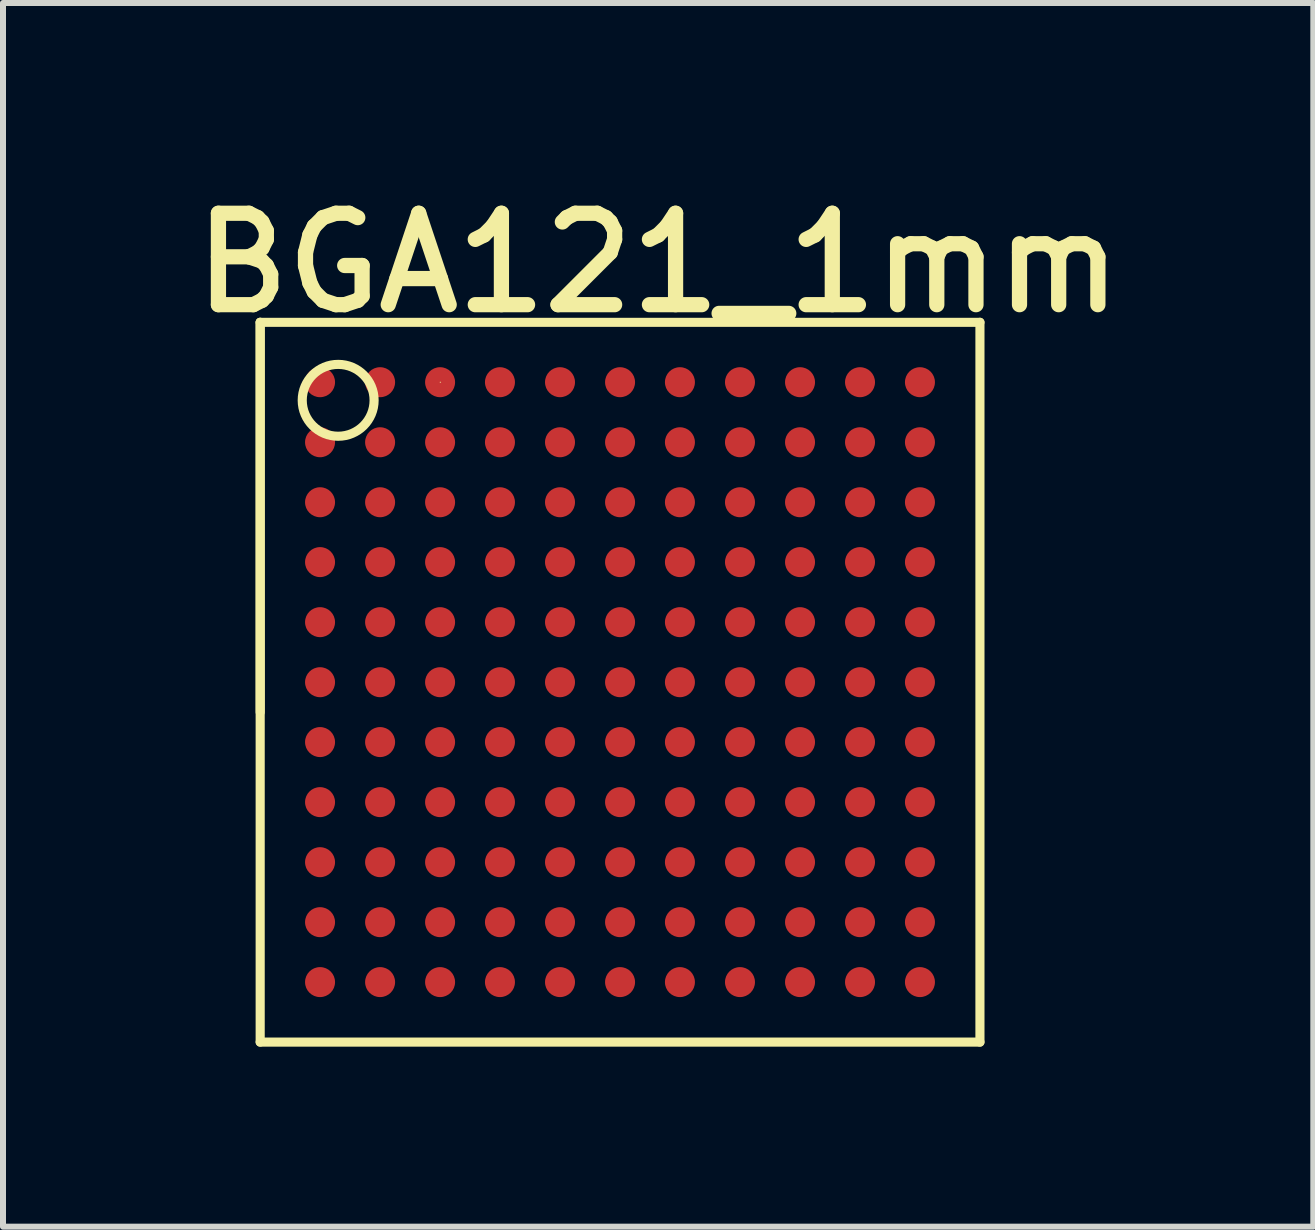
<source format=kicad_pcb>
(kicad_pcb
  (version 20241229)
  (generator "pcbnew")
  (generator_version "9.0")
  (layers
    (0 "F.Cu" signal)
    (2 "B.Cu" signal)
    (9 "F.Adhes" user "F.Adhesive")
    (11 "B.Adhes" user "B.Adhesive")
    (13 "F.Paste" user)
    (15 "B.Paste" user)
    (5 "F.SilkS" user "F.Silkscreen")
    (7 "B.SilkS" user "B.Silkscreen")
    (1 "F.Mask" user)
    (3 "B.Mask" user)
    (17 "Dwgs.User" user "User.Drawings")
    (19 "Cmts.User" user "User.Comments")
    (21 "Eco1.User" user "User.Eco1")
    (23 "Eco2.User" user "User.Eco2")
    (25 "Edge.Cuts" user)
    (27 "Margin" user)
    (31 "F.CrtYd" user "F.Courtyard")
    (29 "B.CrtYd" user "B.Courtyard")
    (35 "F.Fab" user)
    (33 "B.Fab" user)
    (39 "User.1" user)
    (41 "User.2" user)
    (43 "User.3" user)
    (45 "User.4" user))
  (footprint "BGA121_1mm"
    (layer "F.Cu")
    (at 7.286 8.322)
    (property "Reference" "BGA121_1mm" (at 0.635 -6.985 0) (layer "F.SilkS") (effects (font (size 1.524 1.524) (thickness 0.254))))
    (attr smd)
    (fp_line (start -5.999 -5.999) (end 5.999 -5.999) (stroke (width 0.152) (type solid)) (layer "F.SilkS"))
    (fp_line (start -5.999 0.5) (end -5.999 -5.999) (stroke (width 0.152) (type solid)) (layer "F.SilkS"))
    (fp_line (start -5.999 5.999) (end -5.999 -5.999) (stroke (width 0.152) (type solid)) (layer "F.SilkS"))
    (fp_line (start -3 -5.001) (end -2.99 -5.001) (stroke (width 0.013) (type solid)) (layer "F.SilkS"))
    (fp_line (start 5.999 -5.999) (end 5.999 5.999) (stroke (width 0.152) (type solid)) (layer "F.SilkS"))
    (fp_line (start 5.999 5.999) (end -5.999 5.999) (stroke (width 0.152) (type solid)) (layer "F.SilkS"))
    (fp_circle (center -4.699 -4.699) (end -4.699 -5.298) (stroke (width 0.152) (type solid)) (fill no) (layer "F.SilkS"))
    (pad "A1" smd circle (at -5.001 -5.001) (size 0.5 0.5) (layers "F.Cu" "F.Mask" "F.Paste"))
    (pad "A2" smd circle (at -4 -5.001) (size 0.5 0.5) (layers "F.Cu" "F.Mask" "F.Paste"))
    (pad "A3" smd circle (at -3 -5.001) (size 0.5 0.5) (layers "F.Cu" "F.Mask" "F.Paste"))
    (pad "A4" smd circle (at -2.002 -5.001) (size 0.5 0.5) (layers "F.Cu" "F.Mask" "F.Paste"))
    (pad "A5" smd circle (at -1.001 -5.001) (size 0.5 0.5) (layers "F.Cu" "F.Mask" "F.Paste"))
    (pad "A6" smd circle (at 0 -5.001) (size 0.5 0.5) (layers "F.Cu" "F.Mask" "F.Paste"))
    (pad "A7" smd circle (at 0.998 -5.001) (size 0.5 0.5) (layers "F.Cu" "F.Mask" "F.Paste"))
    (pad "A8" smd circle (at 1.999 -5.001) (size 0.5 0.5) (layers "F.Cu" "F.Mask" "F.Paste"))
    (pad "A9" smd circle (at 3 -5.001) (size 0.5 0.5) (layers "F.Cu" "F.Mask" "F.Paste"))
    (pad "A10" smd circle (at 4 -5.001) (size 0.5 0.5) (layers "F.Cu" "F.Mask" "F.Paste"))
    (pad "A11" smd circle (at 4.999 -5.001) (size 0.5 0.5) (layers "F.Cu" "F.Mask" "F.Paste"))
    (pad "B1" smd circle (at -5.001 -4) (size 0.5 0.5) (layers "F.Cu" "F.Mask" "F.Paste"))
    (pad "B2" smd circle (at -4 -4) (size 0.5 0.5) (layers "F.Cu" "F.Mask" "F.Paste"))
    (pad "B3" smd circle (at -3 -4) (size 0.5 0.5) (layers "F.Cu" "F.Mask" "F.Paste"))
    (pad "B4" smd circle (at -2.002 -4) (size 0.5 0.5) (layers "F.Cu" "F.Mask" "F.Paste"))
    (pad "B5" smd circle (at -1.001 -4) (size 0.5 0.5) (layers "F.Cu" "F.Mask" "F.Paste"))
    (pad "B6" smd circle (at 0 -4) (size 0.5 0.5) (layers "F.Cu" "F.Mask" "F.Paste"))
    (pad "B7" smd circle (at 0.998 -4) (size 0.5 0.5) (layers "F.Cu" "F.Mask" "F.Paste"))
    (pad "B8" smd circle (at 1.999 -4) (size 0.5 0.5) (layers "F.Cu" "F.Mask" "F.Paste"))
    (pad "B9" smd circle (at 3 -4) (size 0.5 0.5) (layers "F.Cu" "F.Mask" "F.Paste"))
    (pad "B10" smd circle (at 4 -4) (size 0.5 0.5) (layers "F.Cu" "F.Mask" "F.Paste"))
    (pad "B11" smd circle (at 4.999 -4) (size 0.5 0.5) (layers "F.Cu" "F.Mask" "F.Paste"))
    (pad "C1" smd circle (at -5.001 -3) (size 0.5 0.5) (layers "F.Cu" "F.Mask" "F.Paste"))
    (pad "C2" smd circle (at -4 -3) (size 0.5 0.5) (layers "F.Cu" "F.Mask" "F.Paste"))
    (pad "C3" smd circle (at -3 -3) (size 0.5 0.5) (layers "F.Cu" "F.Mask" "F.Paste"))
    (pad "C4" smd circle (at -2.002 -3) (size 0.5 0.5) (layers "F.Cu" "F.Mask" "F.Paste"))
    (pad "C5" smd circle (at -1.001 -3) (size 0.5 0.5) (layers "F.Cu" "F.Mask" "F.Paste"))
    (pad "C6" smd circle (at 0 -3) (size 0.5 0.5) (layers "F.Cu" "F.Mask" "F.Paste"))
    (pad "C7" smd circle (at 0.998 -3) (size 0.5 0.5) (layers "F.Cu" "F.Mask" "F.Paste"))
    (pad "C8" smd circle (at 1.999 -3) (size 0.5 0.5) (layers "F.Cu" "F.Mask" "F.Paste"))
    (pad "C9" smd circle (at 3 -3) (size 0.5 0.5) (layers "F.Cu" "F.Mask" "F.Paste"))
    (pad "C10" smd circle (at 4 -3) (size 0.5 0.5) (layers "F.Cu" "F.Mask" "F.Paste"))
    (pad "C11" smd circle (at 4.999 -3) (size 0.5 0.5) (layers "F.Cu" "F.Mask" "F.Paste"))
    (pad "D1" smd circle (at -5.001 -2.002) (size 0.5 0.5) (layers "F.Cu" "F.Mask" "F.Paste"))
    (pad "D2" smd circle (at -4 -2.002) (size 0.5 0.5) (layers "F.Cu" "F.Mask" "F.Paste"))
    (pad "D3" smd circle (at -3 -2.002) (size 0.5 0.5) (layers "F.Cu" "F.Mask" "F.Paste"))
    (pad "D4" smd circle (at -2.002 -2.002) (size 0.5 0.5) (layers "F.Cu" "F.Mask" "F.Paste"))
    (pad "D5" smd circle (at -1.001 -2.002) (size 0.5 0.5) (layers "F.Cu" "F.Mask" "F.Paste"))
    (pad "D6" smd circle (at 0 -2.002) (size 0.5 0.5) (layers "F.Cu" "F.Mask" "F.Paste"))
    (pad "D7" smd circle (at 0.998 -2.002) (size 0.5 0.5) (layers "F.Cu" "F.Mask" "F.Paste"))
    (pad "D8" smd circle (at 1.999 -2.002) (size 0.5 0.5) (layers "F.Cu" "F.Mask" "F.Paste"))
    (pad "D9" smd circle (at 3 -2.002) (size 0.5 0.5) (layers "F.Cu" "F.Mask" "F.Paste"))
    (pad "D10" smd circle (at 4 -2.002) (size 0.5 0.5) (layers "F.Cu" "F.Mask" "F.Paste"))
    (pad "D11" smd circle (at 4.999 -2.002) (size 0.5 0.5) (layers "F.Cu" "F.Mask" "F.Paste"))
    (pad "E1" smd circle (at -5.001 -1.001) (size 0.5 0.5) (layers "F.Cu" "F.Mask" "F.Paste"))
    (pad "E2" smd circle (at -4 -1.001) (size 0.5 0.5) (layers "F.Cu" "F.Mask" "F.Paste"))
    (pad "E3" smd circle (at -3 -1.001) (size 0.5 0.5) (layers "F.Cu" "F.Mask" "F.Paste"))
    (pad "E4" smd circle (at -2.002 -1.001) (size 0.5 0.5) (layers "F.Cu" "F.Mask" "F.Paste"))
    (pad "E5" smd circle (at -1.001 -1.001) (size 0.5 0.5) (layers "F.Cu" "F.Mask" "F.Paste"))
    (pad "E6" smd circle (at 0 -1.001) (size 0.5 0.5) (layers "F.Cu" "F.Mask" "F.Paste"))
    (pad "E7" smd circle (at 0.998 -1.001) (size 0.5 0.5) (layers "F.Cu" "F.Mask" "F.Paste"))
    (pad "E8" smd circle (at 1.999 -1.001) (size 0.5 0.5) (layers "F.Cu" "F.Mask" "F.Paste"))
    (pad "E9" smd circle (at 3 -1.001) (size 0.5 0.5) (layers "F.Cu" "F.Mask" "F.Paste"))
    (pad "E10" smd circle (at 4 -1.001) (size 0.5 0.5) (layers "F.Cu" "F.Mask" "F.Paste"))
    (pad "E11" smd circle (at 4.999 -1.001) (size 0.5 0.5) (layers "F.Cu" "F.Mask" "F.Paste"))
    (pad "F1" smd circle (at -5.001 0) (size 0.5 0.5) (layers "F.Cu" "F.Mask" "F.Paste"))
    (pad "F2" smd circle (at -4 0) (size 0.5 0.5) (layers "F.Cu" "F.Mask" "F.Paste"))
    (pad "F3" smd circle (at -3 0) (size 0.5 0.5) (layers "F.Cu" "F.Mask" "F.Paste"))
    (pad "F4" smd circle (at -2.002 0) (size 0.5 0.5) (layers "F.Cu" "F.Mask" "F.Paste"))
    (pad "F5" smd circle (at -1.001 0) (size 0.5 0.5) (layers "F.Cu" "F.Mask" "F.Paste"))
    (pad "F6" smd circle (at 0 0) (size 0.5 0.5) (layers "F.Cu" "F.Mask" "F.Paste"))
    (pad "F7" smd circle (at 0.998 0) (size 0.5 0.5) (layers "F.Cu" "F.Mask" "F.Paste"))
    (pad "F8" smd circle (at 1.999 0) (size 0.5 0.5) (layers "F.Cu" "F.Mask" "F.Paste"))
    (pad "F9" smd circle (at 3 0) (size 0.5 0.5) (layers "F.Cu" "F.Mask" "F.Paste"))
    (pad "F10" smd circle (at 4 0) (size 0.5 0.5) (layers "F.Cu" "F.Mask" "F.Paste"))
    (pad "F11" smd circle (at 4.999 0) (size 0.5 0.5) (layers "F.Cu" "F.Mask" "F.Paste"))
    (pad "G1" smd circle (at -5.001 0.998) (size 0.5 0.5) (layers "F.Cu" "F.Mask" "F.Paste"))
    (pad "G2" smd circle (at -4 0.998) (size 0.5 0.5) (layers "F.Cu" "F.Mask" "F.Paste"))
    (pad "G3" smd circle (at -3 0.998) (size 0.5 0.5) (layers "F.Cu" "F.Mask" "F.Paste"))
    (pad "G4" smd circle (at -2.002 0.998) (size 0.5 0.5) (layers "F.Cu" "F.Mask" "F.Paste"))
    (pad "G5" smd circle (at -1.001 0.998) (size 0.5 0.5) (layers "F.Cu" "F.Mask" "F.Paste"))
    (pad "G6" smd circle (at 0 0.998) (size 0.5 0.5) (layers "F.Cu" "F.Mask" "F.Paste"))
    (pad "G7" smd circle (at 0.998 0.998) (size 0.5 0.5) (layers "F.Cu" "F.Mask" "F.Paste"))
    (pad "G8" smd circle (at 1.999 0.998) (size 0.5 0.5) (layers "F.Cu" "F.Mask" "F.Paste"))
    (pad "G9" smd circle (at 3 0.998) (size 0.5 0.5) (layers "F.Cu" "F.Mask" "F.Paste"))
    (pad "G10" smd circle (at 4 0.998) (size 0.5 0.5) (layers "F.Cu" "F.Mask" "F.Paste"))
    (pad "G11" smd circle (at 4.999 0.998) (size 0.5 0.5) (layers "F.Cu" "F.Mask" "F.Paste"))
    (pad "H1" smd circle (at -5.001 1.999) (size 0.5 0.5) (layers "F.Cu" "F.Mask" "F.Paste"))
    (pad "H2" smd circle (at -4 1.999) (size 0.5 0.5) (layers "F.Cu" "F.Mask" "F.Paste"))
    (pad "H3" smd circle (at -3 1.999) (size 0.5 0.5) (layers "F.Cu" "F.Mask" "F.Paste"))
    (pad "H4" smd circle (at -2.002 1.999) (size 0.5 0.5) (layers "F.Cu" "F.Mask" "F.Paste"))
    (pad "H5" smd circle (at -1.001 1.999) (size 0.5 0.5) (layers "F.Cu" "F.Mask" "F.Paste"))
    (pad "H6" smd circle (at 0 1.999) (size 0.5 0.5) (layers "F.Cu" "F.Mask" "F.Paste"))
    (pad "H7" smd circle (at 0.998 1.999) (size 0.5 0.5) (layers "F.Cu" "F.Mask" "F.Paste"))
    (pad "H8" smd circle (at 1.999 1.999) (size 0.5 0.5) (layers "F.Cu" "F.Mask" "F.Paste"))
    (pad "H9" smd circle (at 3 1.999) (size 0.5 0.5) (layers "F.Cu" "F.Mask" "F.Paste"))
    (pad "H10" smd circle (at 4 1.999) (size 0.5 0.5) (layers "F.Cu" "F.Mask" "F.Paste"))
    (pad "H11" smd circle (at 4.999 1.999) (size 0.5 0.5) (layers "F.Cu" "F.Mask" "F.Paste"))
    (pad "J1" smd circle (at -5.001 3) (size 0.5 0.5) (layers "F.Cu" "F.Mask" "F.Paste"))
    (pad "J2" smd circle (at -4 3) (size 0.5 0.5) (layers "F.Cu" "F.Mask" "F.Paste"))
    (pad "J3" smd circle (at -3 3) (size 0.5 0.5) (layers "F.Cu" "F.Mask" "F.Paste"))
    (pad "J4" smd circle (at -2.002 3) (size 0.5 0.5) (layers "F.Cu" "F.Mask" "F.Paste"))
    (pad "J5" smd circle (at -1.001 3) (size 0.5 0.5) (layers "F.Cu" "F.Mask" "F.Paste"))
    (pad "J6" smd circle (at 0 3) (size 0.5 0.5) (layers "F.Cu" "F.Mask" "F.Paste"))
    (pad "J7" smd circle (at 0.998 3) (size 0.5 0.5) (layers "F.Cu" "F.Mask" "F.Paste"))
    (pad "J8" smd circle (at 1.999 3) (size 0.5 0.5) (layers "F.Cu" "F.Mask" "F.Paste"))
    (pad "J9" smd circle (at 3 3) (size 0.5 0.5) (layers "F.Cu" "F.Mask" "F.Paste"))
    (pad "J10" smd circle (at 4 3) (size 0.5 0.5) (layers "F.Cu" "F.Mask" "F.Paste"))
    (pad "J11" smd circle (at 4.999 3) (size 0.5 0.5) (layers "F.Cu" "F.Mask" "F.Paste"))
    (pad "K1" smd circle (at -5.001 4) (size 0.5 0.5) (layers "F.Cu" "F.Mask" "F.Paste"))
    (pad "K2" smd circle (at -4 4) (size 0.5 0.5) (layers "F.Cu" "F.Mask" "F.Paste"))
    (pad "K3" smd circle (at -3 4) (size 0.5 0.5) (layers "F.Cu" "F.Mask" "F.Paste"))
    (pad "K4" smd circle (at -2.002 4) (size 0.5 0.5) (layers "F.Cu" "F.Mask" "F.Paste"))
    (pad "K5" smd circle (at -1.001 4) (size 0.5 0.5) (layers "F.Cu" "F.Mask" "F.Paste"))
    (pad "K6" smd circle (at 0 4) (size 0.5 0.5) (layers "F.Cu" "F.Mask" "F.Paste"))
    (pad "K7" smd circle (at 0.998 4) (size 0.5 0.5) (layers "F.Cu" "F.Mask" "F.Paste"))
    (pad "K8" smd circle (at 1.999 4) (size 0.5 0.5) (layers "F.Cu" "F.Mask" "F.Paste"))
    (pad "K9" smd circle (at 3 4) (size 0.5 0.5) (layers "F.Cu" "F.Mask" "F.Paste"))
    (pad "K10" smd circle (at 4 4) (size 0.5 0.5) (layers "F.Cu" "F.Mask" "F.Paste"))
    (pad "K11" smd circle (at 4.999 4) (size 0.5 0.5) (layers "F.Cu" "F.Mask" "F.Paste"))
    (pad "L1" smd circle (at -5.001 4.999) (size 0.5 0.5) (layers "F.Cu" "F.Mask" "F.Paste"))
    (pad "L2" smd circle (at -4 4.999) (size 0.5 0.5) (layers "F.Cu" "F.Mask" "F.Paste"))
    (pad "L3" smd circle (at -3 4.999) (size 0.5 0.5) (layers "F.Cu" "F.Mask" "F.Paste"))
    (pad "L4" smd circle (at -2.002 4.999) (size 0.5 0.5) (layers "F.Cu" "F.Mask" "F.Paste"))
    (pad "L5" smd circle (at -1.001 4.999) (size 0.5 0.5) (layers "F.Cu" "F.Mask" "F.Paste"))
    (pad "L6" smd circle (at 0 4.999) (size 0.5 0.5) (layers "F.Cu" "F.Mask" "F.Paste"))
    (pad "L7" smd circle (at 0.998 4.999) (size 0.5 0.5) (layers "F.Cu" "F.Mask" "F.Paste"))
    (pad "L8" smd circle (at 1.999 4.999) (size 0.5 0.5) (layers "F.Cu" "F.Mask" "F.Paste"))
    (pad "L9" smd circle (at 3 4.999) (size 0.5 0.5) (layers "F.Cu" "F.Mask" "F.Paste"))
    (pad "L10" smd circle (at 4 4.999) (size 0.5 0.5) (layers "F.Cu" "F.Mask" "F.Paste"))
    (pad "L11" smd circle (at 4.999 4.999) (size 0.5 0.5) (layers "F.Cu" "F.Mask" "F.Paste")))
  (gr_rect
    (start -3 -3)
    (end 18.842 17.398)
    (stroke (width 0.1) (type default))
    (fill no)
    (layer "Edge.Cuts")))
</source>
